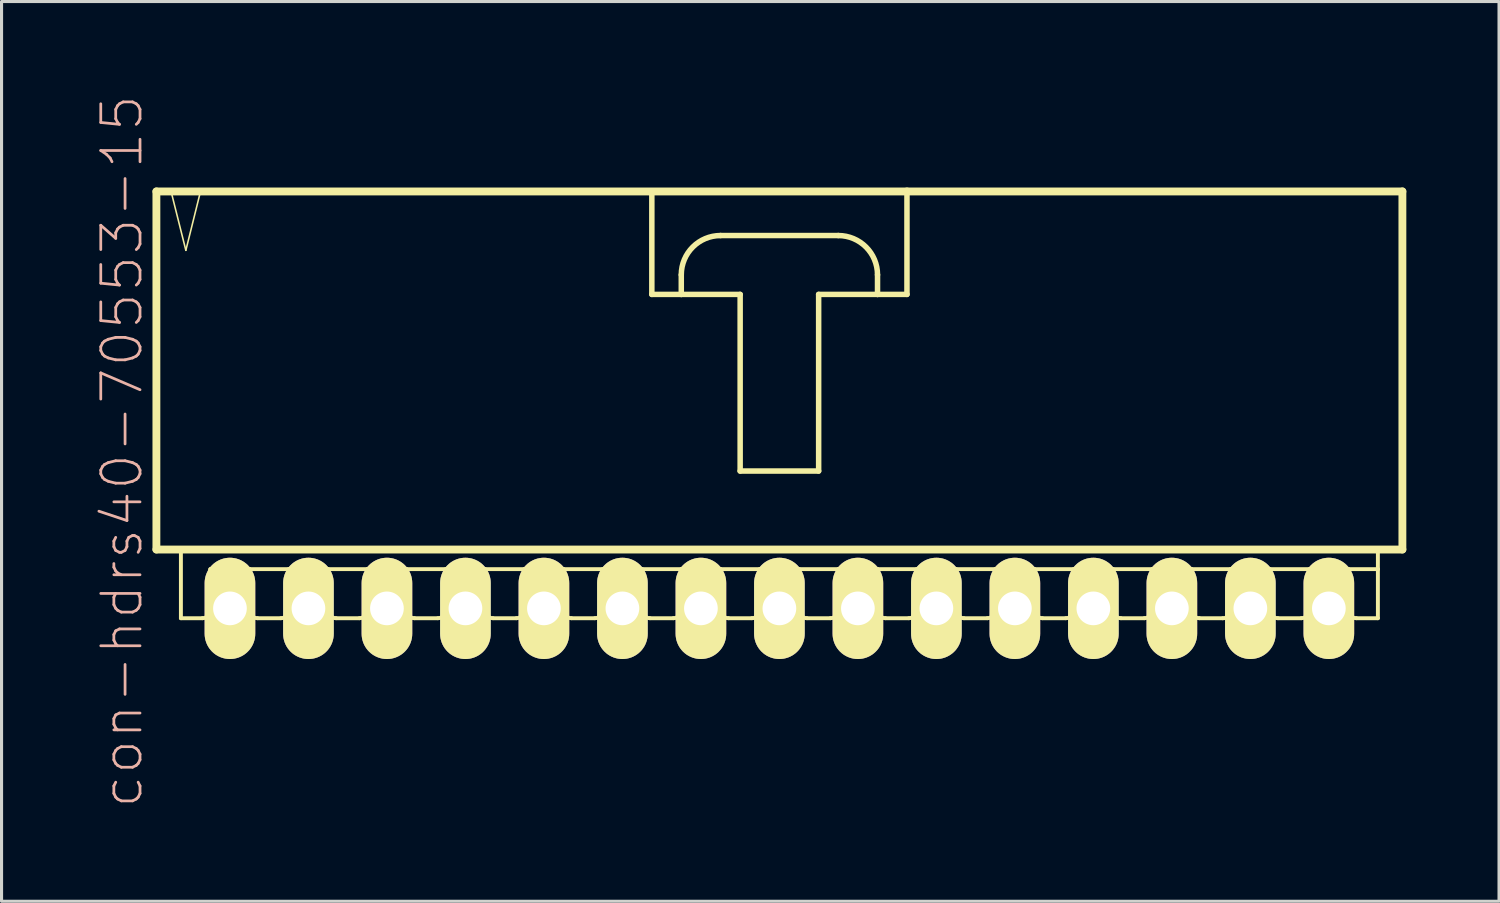
<source format=kicad_pcb>
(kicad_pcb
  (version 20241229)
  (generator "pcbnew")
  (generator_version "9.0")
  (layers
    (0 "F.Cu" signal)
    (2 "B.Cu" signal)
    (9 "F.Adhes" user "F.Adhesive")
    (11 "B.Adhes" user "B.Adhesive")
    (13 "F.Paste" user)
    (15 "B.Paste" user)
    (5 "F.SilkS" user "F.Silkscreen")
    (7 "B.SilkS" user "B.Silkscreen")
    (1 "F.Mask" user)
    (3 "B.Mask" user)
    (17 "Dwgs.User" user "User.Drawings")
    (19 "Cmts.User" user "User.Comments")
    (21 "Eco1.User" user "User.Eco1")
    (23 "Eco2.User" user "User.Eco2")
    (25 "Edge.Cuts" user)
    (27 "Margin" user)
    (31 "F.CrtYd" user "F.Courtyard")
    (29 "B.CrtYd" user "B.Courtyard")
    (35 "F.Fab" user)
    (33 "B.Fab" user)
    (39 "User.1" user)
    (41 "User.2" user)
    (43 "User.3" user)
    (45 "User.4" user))
  (footprint "con-hdrs40-70553-15"
    (layer "F.Cu")
    (at 22.171 9.017)
    (property "Reference" "con-hdrs40-70553-15" (at -21.273 2.54 90) (layer "B.SilkS") (effects (font (size 1.27 1.27) (thickness 0.089))))
    (attr exclude_from_pos_files exclude_from_bom)
    (fp_line (start -20.16 -5.872) (end -20.16 5.715) (stroke (width 0.254) (type solid)) (layer "F.SilkS"))
    (fp_line (start -20.16 5.715) (end 20.16 5.715) (stroke (width 0.254) (type solid)) (layer "F.SilkS"))
    (fp_line (start -19.685 -5.872) (end -19.207 -3.967) (stroke (width 0.051) (type solid)) (layer "F.SilkS"))
    (fp_line (start -19.367 5.715) (end -19.367 7.938) (stroke (width 0.127) (type solid)) (layer "F.SilkS"))
    (fp_line (start -19.207 -3.967) (end -18.733 -5.872) (stroke (width 0.051) (type solid)) (layer "F.SilkS"))
    (fp_line (start -18.733 -5.872) (end -19.685 -5.872) (stroke (width 0.051) (type solid)) (layer "F.SilkS"))
    (fp_line (start -18.669 7.938) (end -19.367 7.938) (stroke (width 0.127) (type solid)) (layer "F.SilkS"))
    (fp_line (start -18.415 6.35) (end -18.415 7.684) (stroke (width 0.127) (type solid)) (layer "F.SilkS"))
    (fp_line (start -18.415 6.35) (end -17.145 6.35) (stroke (width 0.127) (type solid)) (layer "F.SilkS"))
    (fp_line (start -18.098 6.35) (end -17.462 6.35) (stroke (width 0.066) (type solid)) (layer "F.SilkS"))
    (fp_line (start -18.098 7.62) (end -18.098 6.35) (stroke (width 0.066) (type solid)) (layer "F.SilkS"))
    (fp_line (start -18.098 7.62) (end -17.462 7.62) (stroke (width 0.066) (type solid)) (layer "F.SilkS"))
    (fp_line (start -17.462 7.62) (end -17.462 6.35) (stroke (width 0.066) (type solid)) (layer "F.SilkS"))
    (fp_line (start -17.145 6.35) (end -17.145 7.684) (stroke (width 0.127) (type solid)) (layer "F.SilkS"))
    (fp_line (start -17.145 6.35) (end -15.875 6.35) (stroke (width 0.127) (type solid)) (layer "F.SilkS"))
    (fp_line (start -16.129 7.938) (end -16.891 7.938) (stroke (width 0.127) (type solid)) (layer "F.SilkS"))
    (fp_line (start -15.875 6.35) (end -15.875 7.684) (stroke (width 0.127) (type solid)) (layer "F.SilkS"))
    (fp_line (start -15.875 6.35) (end -14.605 6.35) (stroke (width 0.127) (type solid)) (layer "F.SilkS"))
    (fp_line (start -15.557 6.35) (end -14.922 6.35) (stroke (width 0.066) (type solid)) (layer "F.SilkS"))
    (fp_line (start -15.557 7.62) (end -15.557 6.35) (stroke (width 0.066) (type solid)) (layer "F.SilkS"))
    (fp_line (start -15.557 7.62) (end -14.922 7.62) (stroke (width 0.066) (type solid)) (layer "F.SilkS"))
    (fp_line (start -14.922 7.62) (end -14.922 6.35) (stroke (width 0.066) (type solid)) (layer "F.SilkS"))
    (fp_line (start -14.605 6.35) (end -14.605 7.684) (stroke (width 0.127) (type solid)) (layer "F.SilkS"))
    (fp_line (start -14.605 6.35) (end -13.335 6.35) (stroke (width 0.127) (type solid)) (layer "F.SilkS"))
    (fp_line (start -13.589 7.938) (end -14.348 7.938) (stroke (width 0.127) (type solid)) (layer "F.SilkS"))
    (fp_line (start -13.335 6.35) (end -13.335 7.684) (stroke (width 0.127) (type solid)) (layer "F.SilkS"))
    (fp_line (start -13.335 6.35) (end -12.065 6.35) (stroke (width 0.127) (type solid)) (layer "F.SilkS"))
    (fp_line (start -13.018 6.35) (end -12.383 6.35) (stroke (width 0.066) (type solid)) (layer "F.SilkS"))
    (fp_line (start -13.018 7.62) (end -13.018 6.35) (stroke (width 0.066) (type solid)) (layer "F.SilkS"))
    (fp_line (start -13.018 7.62) (end -12.383 7.62) (stroke (width 0.066) (type solid)) (layer "F.SilkS"))
    (fp_line (start -12.383 7.62) (end -12.383 6.35) (stroke (width 0.066) (type solid)) (layer "F.SilkS"))
    (fp_line (start -12.065 6.35) (end -12.065 7.684) (stroke (width 0.127) (type solid)) (layer "F.SilkS"))
    (fp_line (start -12.065 6.35) (end -10.795 6.35) (stroke (width 0.127) (type solid)) (layer "F.SilkS"))
    (fp_line (start -11.049 7.938) (end -11.811 7.938) (stroke (width 0.127) (type solid)) (layer "F.SilkS"))
    (fp_line (start -10.795 6.35) (end -10.795 7.684) (stroke (width 0.127) (type solid)) (layer "F.SilkS"))
    (fp_line (start -10.795 6.35) (end -9.525 6.35) (stroke (width 0.127) (type solid)) (layer "F.SilkS"))
    (fp_line (start -10.477 6.35) (end -9.842 6.35) (stroke (width 0.066) (type solid)) (layer "F.SilkS"))
    (fp_line (start -10.477 7.62) (end -10.477 6.35) (stroke (width 0.066) (type solid)) (layer "F.SilkS"))
    (fp_line (start -10.477 7.62) (end -9.842 7.62) (stroke (width 0.066) (type solid)) (layer "F.SilkS"))
    (fp_line (start -9.842 7.62) (end -9.842 6.35) (stroke (width 0.066) (type solid)) (layer "F.SilkS"))
    (fp_line (start -9.525 6.35) (end -9.525 7.684) (stroke (width 0.127) (type solid)) (layer "F.SilkS"))
    (fp_line (start -9.525 6.35) (end -8.255 6.35) (stroke (width 0.127) (type solid)) (layer "F.SilkS"))
    (fp_line (start -8.509 7.938) (end -9.271 7.938) (stroke (width 0.127) (type solid)) (layer "F.SilkS"))
    (fp_line (start -8.255 6.35) (end -8.255 7.684) (stroke (width 0.127) (type solid)) (layer "F.SilkS"))
    (fp_line (start -8.255 6.35) (end -6.985 6.35) (stroke (width 0.127) (type solid)) (layer "F.SilkS"))
    (fp_line (start -7.938 6.35) (end -7.303 6.35) (stroke (width 0.066) (type solid)) (layer "F.SilkS"))
    (fp_line (start -7.938 7.62) (end -7.938 6.35) (stroke (width 0.066) (type solid)) (layer "F.SilkS"))
    (fp_line (start -7.938 7.62) (end -7.303 7.62) (stroke (width 0.066) (type solid)) (layer "F.SilkS"))
    (fp_line (start -7.303 7.62) (end -7.303 6.35) (stroke (width 0.066) (type solid)) (layer "F.SilkS"))
    (fp_line (start -6.985 6.35) (end -6.985 7.684) (stroke (width 0.127) (type solid)) (layer "F.SilkS"))
    (fp_line (start -6.985 6.35) (end -5.715 6.35) (stroke (width 0.127) (type solid)) (layer "F.SilkS"))
    (fp_line (start -5.969 7.938) (end -6.731 7.938) (stroke (width 0.127) (type solid)) (layer "F.SilkS"))
    (fp_line (start -5.715 6.35) (end -5.715 7.684) (stroke (width 0.127) (type solid)) (layer "F.SilkS"))
    (fp_line (start -5.715 6.35) (end -4.445 6.35) (stroke (width 0.127) (type solid)) (layer "F.SilkS"))
    (fp_line (start -5.397 6.35) (end -4.763 6.35) (stroke (width 0.066) (type solid)) (layer "F.SilkS"))
    (fp_line (start -5.397 7.62) (end -5.397 6.35) (stroke (width 0.066) (type solid)) (layer "F.SilkS"))
    (fp_line (start -5.397 7.62) (end -4.763 7.62) (stroke (width 0.066) (type solid)) (layer "F.SilkS"))
    (fp_line (start -4.763 7.62) (end -4.763 6.35) (stroke (width 0.066) (type solid)) (layer "F.SilkS"))
    (fp_line (start -4.445 6.35) (end -4.445 7.684) (stroke (width 0.127) (type solid)) (layer "F.SilkS"))
    (fp_line (start -4.445 6.35) (end -3.175 6.35) (stroke (width 0.127) (type solid)) (layer "F.SilkS"))
    (fp_line (start -4.128 -5.872) (end -4.128 -2.54) (stroke (width 0.178) (type solid)) (layer "F.SilkS"))
    (fp_line (start -4.128 -2.54) (end -3.175 -2.54) (stroke (width 0.178) (type solid)) (layer "F.SilkS"))
    (fp_line (start -3.429 7.938) (end -4.191 7.938) (stroke (width 0.127) (type solid)) (layer "F.SilkS"))
    (fp_line (start -3.175 -2.54) (end -3.175 -3.175) (stroke (width 0.178) (type solid)) (layer "F.SilkS"))
    (fp_line (start -3.175 -2.54) (end -1.27 -2.54) (stroke (width 0.178) (type solid)) (layer "F.SilkS"))
    (fp_line (start -3.175 6.35) (end -3.175 7.684) (stroke (width 0.127) (type solid)) (layer "F.SilkS"))
    (fp_line (start -3.175 6.35) (end -1.905 6.35) (stroke (width 0.127) (type solid)) (layer "F.SilkS"))
    (fp_line (start -2.857 6.35) (end -2.223 6.35) (stroke (width 0.066) (type solid)) (layer "F.SilkS"))
    (fp_line (start -2.857 7.62) (end -2.857 6.35) (stroke (width 0.066) (type solid)) (layer "F.SilkS"))
    (fp_line (start -2.857 7.62) (end -2.223 7.62) (stroke (width 0.066) (type solid)) (layer "F.SilkS"))
    (fp_line (start -2.223 7.62) (end -2.223 6.35) (stroke (width 0.066) (type solid)) (layer "F.SilkS"))
    (fp_line (start -1.905 -4.445) (end 1.905 -4.445) (stroke (width 0.178) (type solid)) (layer "F.SilkS"))
    (fp_line (start -1.905 6.35) (end -1.905 7.684) (stroke (width 0.127) (type solid)) (layer "F.SilkS"))
    (fp_line (start -1.905 6.35) (end -0.635 6.35) (stroke (width 0.127) (type solid)) (layer "F.SilkS"))
    (fp_line (start -1.27 -2.54) (end -1.27 3.175) (stroke (width 0.178) (type solid)) (layer "F.SilkS"))
    (fp_line (start -1.27 3.175) (end 1.27 3.175) (stroke (width 0.178) (type solid)) (layer "F.SilkS"))
    (fp_line (start -0.889 7.938) (end -1.651 7.938) (stroke (width 0.127) (type solid)) (layer "F.SilkS"))
    (fp_line (start -0.635 6.35) (end -0.635 7.684) (stroke (width 0.127) (type solid)) (layer "F.SilkS"))
    (fp_line (start -0.635 6.35) (end 0.635 6.35) (stroke (width 0.127) (type solid)) (layer "F.SilkS"))
    (fp_line (start -0.318 6.35) (end 0.318 6.35) (stroke (width 0.066) (type solid)) (layer "F.SilkS"))
    (fp_line (start -0.318 7.62) (end -0.318 6.35) (stroke (width 0.066) (type solid)) (layer "F.SilkS"))
    (fp_line (start -0.318 7.62) (end 0.318 7.62) (stroke (width 0.066) (type solid)) (layer "F.SilkS"))
    (fp_line (start 0.318 7.62) (end 0.318 6.35) (stroke (width 0.066) (type solid)) (layer "F.SilkS"))
    (fp_line (start 0.635 6.35) (end 0.635 7.684) (stroke (width 0.127) (type solid)) (layer "F.SilkS"))
    (fp_line (start 0.635 6.35) (end 1.905 6.35) (stroke (width 0.127) (type solid)) (layer "F.SilkS"))
    (fp_line (start 1.27 -2.54) (end 3.175 -2.54) (stroke (width 0.178) (type solid)) (layer "F.SilkS"))
    (fp_line (start 1.27 3.175) (end 1.27 -2.54) (stroke (width 0.178) (type solid)) (layer "F.SilkS"))
    (fp_line (start 1.651 7.938) (end 0.889 7.938) (stroke (width 0.127) (type solid)) (layer "F.SilkS"))
    (fp_line (start 1.905 6.35) (end 1.905 7.684) (stroke (width 0.127) (type solid)) (layer "F.SilkS"))
    (fp_line (start 1.905 6.35) (end 3.175 6.35) (stroke (width 0.127) (type solid)) (layer "F.SilkS"))
    (fp_line (start 2.223 6.35) (end 2.857 6.35) (stroke (width 0.066) (type solid)) (layer "F.SilkS"))
    (fp_line (start 2.223 7.62) (end 2.223 6.35) (stroke (width 0.066) (type solid)) (layer "F.SilkS"))
    (fp_line (start 2.223 7.62) (end 2.857 7.62) (stroke (width 0.066) (type solid)) (layer "F.SilkS"))
    (fp_line (start 2.857 7.62) (end 2.857 6.35) (stroke (width 0.066) (type solid)) (layer "F.SilkS"))
    (fp_line (start 3.175 -3.175) (end 3.175 -2.54) (stroke (width 0.178) (type solid)) (layer "F.SilkS"))
    (fp_line (start 3.175 -2.54) (end 4.128 -2.54) (stroke (width 0.178) (type solid)) (layer "F.SilkS"))
    (fp_line (start 3.175 6.35) (end 3.175 7.684) (stroke (width 0.127) (type solid)) (layer "F.SilkS"))
    (fp_line (start 3.175 6.35) (end 4.445 6.35) (stroke (width 0.127) (type solid)) (layer "F.SilkS"))
    (fp_line (start 4.128 -5.872) (end -20.16 -5.872) (stroke (width 0.254) (type solid)) (layer "F.SilkS"))
    (fp_line (start 4.128 -2.54) (end 4.128 -5.872) (stroke (width 0.178) (type solid)) (layer "F.SilkS"))
    (fp_line (start 4.191 7.938) (end 3.429 7.938) (stroke (width 0.127) (type solid)) (layer "F.SilkS"))
    (fp_line (start 4.445 6.35) (end 4.445 7.684) (stroke (width 0.127) (type solid)) (layer "F.SilkS"))
    (fp_line (start 4.445 6.35) (end 5.715 6.35) (stroke (width 0.127) (type solid)) (layer "F.SilkS"))
    (fp_line (start 4.763 6.35) (end 5.397 6.35) (stroke (width 0.066) (type solid)) (layer "F.SilkS"))
    (fp_line (start 4.763 7.62) (end 4.763 6.35) (stroke (width 0.066) (type solid)) (layer "F.SilkS"))
    (fp_line (start 4.763 7.62) (end 5.397 7.62) (stroke (width 0.066) (type solid)) (layer "F.SilkS"))
    (fp_line (start 5.397 7.62) (end 5.397 6.35) (stroke (width 0.066) (type solid)) (layer "F.SilkS"))
    (fp_line (start 5.715 6.35) (end 5.715 7.684) (stroke (width 0.127) (type solid)) (layer "F.SilkS"))
    (fp_line (start 5.715 6.35) (end 6.985 6.35) (stroke (width 0.127) (type solid)) (layer "F.SilkS"))
    (fp_line (start 6.731 7.938) (end 5.969 7.938) (stroke (width 0.127) (type solid)) (layer "F.SilkS"))
    (fp_line (start 6.985 6.35) (end 6.985 7.684) (stroke (width 0.127) (type solid)) (layer "F.SilkS"))
    (fp_line (start 6.985 6.35) (end 8.255 6.35) (stroke (width 0.127) (type solid)) (layer "F.SilkS"))
    (fp_line (start 7.303 6.35) (end 7.938 6.35) (stroke (width 0.066) (type solid)) (layer "F.SilkS"))
    (fp_line (start 7.303 7.62) (end 7.303 6.35) (stroke (width 0.066) (type solid)) (layer "F.SilkS"))
    (fp_line (start 7.303 7.62) (end 7.938 7.62) (stroke (width 0.066) (type solid)) (layer "F.SilkS"))
    (fp_line (start 7.938 7.62) (end 7.938 6.35) (stroke (width 0.066) (type solid)) (layer "F.SilkS"))
    (fp_line (start 8.255 6.35) (end 8.255 7.684) (stroke (width 0.127) (type solid)) (layer "F.SilkS"))
    (fp_line (start 8.255 6.35) (end 9.525 6.35) (stroke (width 0.127) (type solid)) (layer "F.SilkS"))
    (fp_line (start 9.271 7.938) (end 8.509 7.938) (stroke (width 0.127) (type solid)) (layer "F.SilkS"))
    (fp_line (start 9.525 6.35) (end 9.525 7.684) (stroke (width 0.127) (type solid)) (layer "F.SilkS"))
    (fp_line (start 9.525 6.35) (end 10.795 6.35) (stroke (width 0.127) (type solid)) (layer "F.SilkS"))
    (fp_line (start 9.842 6.35) (end 10.477 6.35) (stroke (width 0.066) (type solid)) (layer "F.SilkS"))
    (fp_line (start 9.842 7.62) (end 9.842 6.35) (stroke (width 0.066) (type solid)) (layer "F.SilkS"))
    (fp_line (start 9.842 7.62) (end 10.477 7.62) (stroke (width 0.066) (type solid)) (layer "F.SilkS"))
    (fp_line (start 10.477 7.62) (end 10.477 6.35) (stroke (width 0.066) (type solid)) (layer "F.SilkS"))
    (fp_line (start 10.795 6.35) (end 10.795 7.684) (stroke (width 0.127) (type solid)) (layer "F.SilkS"))
    (fp_line (start 10.795 6.35) (end 12.065 6.35) (stroke (width 0.127) (type solid)) (layer "F.SilkS"))
    (fp_line (start 11.811 7.938) (end 11.049 7.938) (stroke (width 0.127) (type solid)) (layer "F.SilkS"))
    (fp_line (start 12.065 6.35) (end 12.065 7.684) (stroke (width 0.127) (type solid)) (layer "F.SilkS"))
    (fp_line (start 12.065 6.35) (end 13.335 6.35) (stroke (width 0.127) (type solid)) (layer "F.SilkS"))
    (fp_line (start 12.383 6.35) (end 13.018 6.35) (stroke (width 0.066) (type solid)) (layer "F.SilkS"))
    (fp_line (start 12.383 7.62) (end 12.383 6.35) (stroke (width 0.066) (type solid)) (layer "F.SilkS"))
    (fp_line (start 12.383 7.62) (end 13.018 7.62) (stroke (width 0.066) (type solid)) (layer "F.SilkS"))
    (fp_line (start 13.018 7.62) (end 13.018 6.35) (stroke (width 0.066) (type solid)) (layer "F.SilkS"))
    (fp_line (start 13.335 6.35) (end 13.335 7.684) (stroke (width 0.127) (type solid)) (layer "F.SilkS"))
    (fp_line (start 13.335 6.35) (end 14.605 6.35) (stroke (width 0.127) (type solid)) (layer "F.SilkS"))
    (fp_line (start 14.348 7.938) (end 13.589 7.938) (stroke (width 0.127) (type solid)) (layer "F.SilkS"))
    (fp_line (start 14.605 6.35) (end 14.605 7.684) (stroke (width 0.127) (type solid)) (layer "F.SilkS"))
    (fp_line (start 14.605 6.35) (end 18.415 6.35) (stroke (width 0.127) (type solid)) (layer "F.SilkS"))
    (fp_line (start 14.922 6.35) (end 15.557 6.35) (stroke (width 0.066) (type solid)) (layer "F.SilkS"))
    (fp_line (start 14.922 7.62) (end 14.922 6.35) (stroke (width 0.066) (type solid)) (layer "F.SilkS"))
    (fp_line (start 14.922 7.62) (end 15.557 7.62) (stroke (width 0.066) (type solid)) (layer "F.SilkS"))
    (fp_line (start 15.557 7.62) (end 15.557 6.35) (stroke (width 0.066) (type solid)) (layer "F.SilkS"))
    (fp_line (start 15.875 6.35) (end 15.875 7.684) (stroke (width 0.127) (type solid)) (layer "F.SilkS"))
    (fp_line (start 16.891 7.938) (end 16.129 7.938) (stroke (width 0.127) (type solid)) (layer "F.SilkS"))
    (fp_line (start 17.145 6.35) (end 17.145 7.684) (stroke (width 0.127) (type solid)) (layer "F.SilkS"))
    (fp_line (start 17.462 6.35) (end 18.098 6.35) (stroke (width 0.066) (type solid)) (layer "F.SilkS"))
    (fp_line (start 17.462 7.62) (end 17.462 6.35) (stroke (width 0.066) (type solid)) (layer "F.SilkS"))
    (fp_line (start 17.462 7.62) (end 18.098 7.62) (stroke (width 0.066) (type solid)) (layer "F.SilkS"))
    (fp_line (start 18.098 7.62) (end 18.098 6.35) (stroke (width 0.066) (type solid)) (layer "F.SilkS"))
    (fp_line (start 18.415 6.35) (end 18.415 7.684) (stroke (width 0.127) (type solid)) (layer "F.SilkS"))
    (fp_line (start 18.415 6.35) (end 19.367 6.35) (stroke (width 0.127) (type solid)) (layer "F.SilkS"))
    (fp_line (start 18.669 7.938) (end 19.367 7.938) (stroke (width 0.127) (type solid)) (layer "F.SilkS"))
    (fp_line (start 19.367 6.35) (end 19.367 5.715) (stroke (width 0.127) (type solid)) (layer "F.SilkS"))
    (fp_line (start 19.367 7.938) (end 19.367 6.35) (stroke (width 0.127) (type solid)) (layer "F.SilkS"))
    (fp_line (start 20.16 -5.872) (end 4.128 -5.872) (stroke (width 0.254) (type solid)) (layer "F.SilkS"))
    (fp_line (start 20.16 5.715) (end 20.16 -5.872) (stroke (width 0.254) (type solid)) (layer "F.SilkS"))
    (fp_arc (start -18.415 7.6835) (mid -18.489395 7.863105) (end -18.669 7.9375) (stroke (width 0.127) (type solid)) (layer "F.SilkS"))
    (fp_arc (start -16.891 7.9375) (mid -17.070605 7.863105) (end -17.145 7.6835) (stroke (width 0.127) (type solid)) (layer "F.SilkS"))
    (fp_arc (start -15.875 7.6835) (mid -15.949395 7.863105) (end -16.129 7.9375) (stroke (width 0.127) (type solid)) (layer "F.SilkS"))
    (fp_arc (start -14.34846 7.9375) (mid -14.528065 7.863105) (end -14.60246 7.6835) (stroke (width 0.127) (type solid)) (layer "F.SilkS"))
    (fp_arc (start -13.335 7.6835) (mid -13.409395 7.863105) (end -13.589 7.9375) (stroke (width 0.127) (type solid)) (layer "F.SilkS"))
    (fp_arc (start -11.811 7.9375) (mid -11.990605 7.863105) (end -12.065 7.6835) (stroke (width 0.127) (type solid)) (layer "F.SilkS"))
    (fp_arc (start -10.795 7.6835) (mid -10.869395 7.863105) (end -11.049 7.9375) (stroke (width 0.127) (type solid)) (layer "F.SilkS"))
    (fp_arc (start -9.271 7.9375) (mid -9.450605 7.863105) (end -9.525 7.6835) (stroke (width 0.127) (type solid)) (layer "F.SilkS"))
    (fp_arc (start -8.255 7.6835) (mid -8.329395 7.863105) (end -8.509 7.9375) (stroke (width 0.127) (type solid)) (layer "F.SilkS"))
    (fp_arc (start -6.731 7.9375) (mid -6.910605 7.863105) (end -6.985 7.6835) (stroke (width 0.127) (type solid)) (layer "F.SilkS"))
    (fp_arc (start -5.715 7.6835) (mid -5.789395 7.863105) (end -5.969 7.9375) (stroke (width 0.127) (type solid)) (layer "F.SilkS"))
    (fp_arc (start -4.191 7.9375) (mid -4.370605 7.863105) (end -4.445 7.6835) (stroke (width 0.127) (type solid)) (layer "F.SilkS"))
    (fp_arc (start -3.175 -3.175) (mid -2.803026 -4.073026) (end -1.905 -4.445) (stroke (width 0.1778) (type solid)) (layer "F.SilkS"))
    (fp_arc (start -3.175 7.6835) (mid -3.249395 7.863105) (end -3.429 7.9375) (stroke (width 0.127) (type solid)) (layer "F.SilkS"))
    (fp_arc (start -1.651 7.9375) (mid -1.830605 7.863105) (end -1.905 7.6835) (stroke (width 0.127) (type solid)) (layer "F.SilkS"))
    (fp_arc (start -0.635 7.6835) (mid -0.709395 7.863105) (end -0.889 7.9375) (stroke (width 0.127) (type solid)) (layer "F.SilkS"))
    (fp_arc (start 0.889 7.9375) (mid 0.709395 7.863105) (end 0.635 7.6835) (stroke (width 0.127) (type solid)) (layer "F.SilkS"))
    (fp_arc (start 1.905 -4.445) (mid 2.803026 -4.073026) (end 3.175 -3.175) (stroke (width 0.1778) (type solid)) (layer "F.SilkS"))
    (fp_arc (start 1.905 7.6835) (mid 1.830605 7.863105) (end 1.651 7.9375) (stroke (width 0.127) (type solid)) (layer "F.SilkS"))
    (fp_arc (start 3.429 7.9375) (mid 3.249395 7.863105) (end 3.175 7.6835) (stroke (width 0.127) (type solid)) (layer "F.SilkS"))
    (fp_arc (start 4.445 7.6835) (mid 4.370605 7.863105) (end 4.191 7.9375) (stroke (width 0.127) (type solid)) (layer "F.SilkS"))
    (fp_arc (start 5.969 7.9375) (mid 5.789395 7.863105) (end 5.715 7.6835) (stroke (width 0.127) (type solid)) (layer "F.SilkS"))
    (fp_arc (start 6.985 7.6835) (mid 6.910605 7.863105) (end 6.731 7.9375) (stroke (width 0.127) (type solid)) (layer "F.SilkS"))
    (fp_arc (start 8.509 7.9375) (mid 8.329395 7.863105) (end 8.255 7.6835) (stroke (width 0.127) (type solid)) (layer "F.SilkS"))
    (fp_arc (start 9.525 7.6835) (mid 9.450605 7.863105) (end 9.271 7.9375) (stroke (width 0.127) (type solid)) (layer "F.SilkS"))
    (fp_arc (start 11.049 7.9375) (mid 10.869395 7.863105) (end 10.795 7.6835) (stroke (width 0.127) (type solid)) (layer "F.SilkS"))
    (fp_arc (start 12.065 7.6835) (mid 11.990605 7.863105) (end 11.811 7.9375) (stroke (width 0.127) (type solid)) (layer "F.SilkS"))
    (fp_arc (start 13.589 7.9375) (mid 13.409395 7.863105) (end 13.335 7.6835) (stroke (width 0.127) (type solid)) (layer "F.SilkS"))
    (fp_arc (start 14.605 7.6835) (mid 14.529861 7.864901) (end 14.34846 7.94004) (stroke (width 0.127) (type solid)) (layer "F.SilkS"))
    (fp_arc (start 16.129 7.9375) (mid 15.949395 7.863105) (end 15.875 7.6835) (stroke (width 0.127) (type solid)) (layer "F.SilkS"))
    (fp_arc (start 17.145 7.6835) (mid 17.070605 7.863105) (end 16.891 7.9375) (stroke (width 0.127) (type solid)) (layer "F.SilkS"))
    (fp_arc (start 18.669 7.9375) (mid 18.489395 7.863105) (end 18.415 7.6835) (stroke (width 0.127) (type solid)) (layer "F.SilkS"))
    (pad "1" thru_hole oval (at -17.78 7.62) (size 1.638 3.277) (drill 1.09) (layers "*.Cu" "F.Mask" "F.SilkS" "F.Paste"))
    (pad "2" thru_hole oval (at -15.24 7.62) (size 1.638 3.277) (drill 1.09) (layers "*.Cu" "F.Mask" "F.SilkS" "F.Paste"))
    (pad "3" thru_hole oval (at -12.7 7.62) (size 1.638 3.277) (drill 1.09) (layers "*.Cu" "F.Mask" "F.SilkS" "F.Paste"))
    (pad "4" thru_hole oval (at -10.16 7.62) (size 1.638 3.277) (drill 1.09) (layers "*.Cu" "F.Mask" "F.SilkS" "F.Paste"))
    (pad "5" thru_hole oval (at -7.62 7.62) (size 1.638 3.277) (drill 1.09) (layers "*.Cu" "F.Mask" "F.SilkS" "F.Paste"))
    (pad "6" thru_hole oval (at -5.08 7.62) (size 1.638 3.277) (drill 1.09) (layers "*.Cu" "F.Mask" "F.SilkS" "F.Paste"))
    (pad "7" thru_hole oval (at -2.54 7.62) (size 1.638 3.277) (drill 1.09) (layers "*.Cu" "F.Mask" "F.SilkS" "F.Paste"))
    (pad "8" thru_hole oval (at 0 7.62) (size 1.638 3.277) (drill 1.09) (layers "*.Cu" "F.Mask" "F.SilkS" "F.Paste"))
    (pad "9" thru_hole oval (at 2.54 7.62) (size 1.638 3.277) (drill 1.09) (layers "*.Cu" "F.Mask" "F.SilkS" "F.Paste"))
    (pad "10" thru_hole oval (at 5.08 7.62) (size 1.638 3.277) (drill 1.09) (layers "*.Cu" "F.Mask" "F.SilkS" "F.Paste"))
    (pad "11" thru_hole oval (at 7.62 7.62) (size 1.638 3.277) (drill 1.09) (layers "*.Cu" "F.Mask" "F.SilkS" "F.Paste"))
    (pad "12" thru_hole oval (at 10.16 7.62) (size 1.638 3.277) (drill 1.09) (layers "*.Cu" "F.Mask" "F.SilkS" "F.Paste"))
    (pad "13" thru_hole oval (at 12.7 7.62) (size 1.638 3.277) (drill 1.09) (layers "*.Cu" "F.Mask" "F.SilkS" "F.Paste"))
    (pad "14" thru_hole oval (at 15.24 7.62) (size 1.638 3.277) (drill 1.09) (layers "*.Cu" "F.Mask" "F.SilkS" "F.Paste"))
    (pad "15" thru_hole oval (at 17.78 7.62) (size 1.638 3.277) (drill 1.09) (layers "*.Cu" "F.Mask" "F.SilkS" "F.Paste")))
  (gr_rect
    (start -3 -3)
    (end 45.458 26.115)
    (stroke (width 0.1) (type default))
    (fill no)
    (layer "Edge.Cuts")))
</source>
